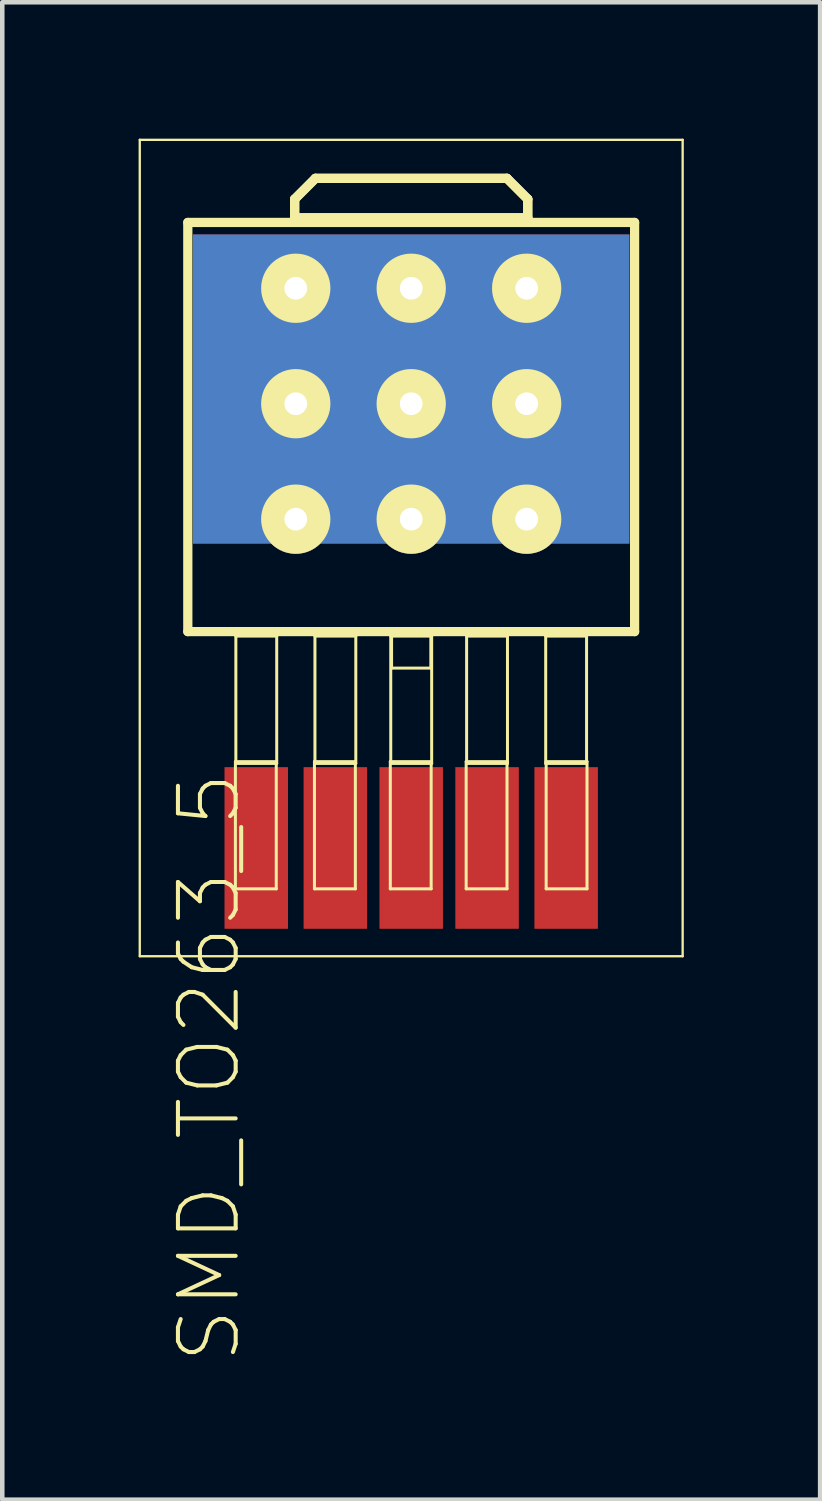
<source format=kicad_pcb>
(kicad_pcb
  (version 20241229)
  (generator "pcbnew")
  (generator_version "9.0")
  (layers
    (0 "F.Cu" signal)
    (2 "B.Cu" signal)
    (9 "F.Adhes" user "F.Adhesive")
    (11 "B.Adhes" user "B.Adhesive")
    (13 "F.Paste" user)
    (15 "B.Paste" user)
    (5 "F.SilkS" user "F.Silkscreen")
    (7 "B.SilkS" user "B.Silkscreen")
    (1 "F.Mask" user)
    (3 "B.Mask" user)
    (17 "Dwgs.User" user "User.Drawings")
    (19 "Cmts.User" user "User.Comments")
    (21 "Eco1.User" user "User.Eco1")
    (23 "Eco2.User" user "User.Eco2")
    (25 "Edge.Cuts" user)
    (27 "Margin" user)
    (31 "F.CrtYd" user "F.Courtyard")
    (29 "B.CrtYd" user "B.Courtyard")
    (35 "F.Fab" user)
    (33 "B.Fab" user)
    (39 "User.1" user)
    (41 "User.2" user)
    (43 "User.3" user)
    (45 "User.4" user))
  (footprint "SMD_TO263_5"
    (placed yes)
    (layer "F.Cu")
    (at 5.997 15.992)
    (property "Reference" "SMD_TO263_5" (at -4.445 4.445 90) (layer "F.SilkS") (effects (font (size 1.27 1.27) (thickness 0.089))))
    (attr smd)
    (fp_line (start -5.972 -15.966) (end 5.972 -15.966) (stroke (width 0.051) (type solid)) (layer "F.SilkS"))
    (fp_line (start -5.972 1.996) (end -5.972 -15.966) (stroke (width 0.051) (type solid)) (layer "F.SilkS"))
    (fp_line (start -4.915 -14.148) (end 4.915 -14.148) (stroke (width 0.203) (type solid)) (layer "F.SilkS"))
    (fp_line (start -4.915 -5.146) (end -4.915 -14.148) (stroke (width 0.203) (type solid)) (layer "F.SilkS"))
    (fp_line (start -3.868 -2.286) (end -2.969 -2.286) (stroke (width 0.066) (type solid)) (layer "F.SilkS"))
    (fp_line (start -3.868 0.513) (end -3.868 -2.286) (stroke (width 0.066) (type solid)) (layer "F.SilkS"))
    (fp_line (start -3.868 0.513) (end -2.969 0.513) (stroke (width 0.066) (type solid)) (layer "F.SilkS"))
    (fp_line (start -3.858 -5.047) (end -2.959 -5.047) (stroke (width 0.066) (type solid)) (layer "F.SilkS"))
    (fp_line (start -3.858 -2.245) (end -3.858 -5.047) (stroke (width 0.066) (type solid)) (layer "F.SilkS"))
    (fp_line (start -3.858 -2.245) (end -2.959 -2.245) (stroke (width 0.066) (type solid)) (layer "F.SilkS"))
    (fp_line (start -2.969 0.513) (end -2.969 -2.286) (stroke (width 0.066) (type solid)) (layer "F.SilkS"))
    (fp_line (start -2.959 -2.245) (end -2.959 -5.047) (stroke (width 0.066) (type solid)) (layer "F.SilkS"))
    (fp_line (start -2.565 -14.661) (end -2.108 -15.118) (stroke (width 0.203) (type solid)) (layer "F.SilkS"))
    (fp_line (start -2.565 -14.249) (end -2.565 -14.661) (stroke (width 0.203) (type solid)) (layer "F.SilkS"))
    (fp_line (start -2.563 -14.661) (end -2.106 -15.118) (stroke (width 0.203) (type solid)) (layer "F.SilkS"))
    (fp_line (start -2.563 -14.252) (end -2.563 -14.661) (stroke (width 0.203) (type solid)) (layer "F.SilkS"))
    (fp_line (start -2.129 -2.286) (end -1.229 -2.286) (stroke (width 0.066) (type solid)) (layer "F.SilkS"))
    (fp_line (start -2.129 0.513) (end -2.129 -2.286) (stroke (width 0.066) (type solid)) (layer "F.SilkS"))
    (fp_line (start -2.129 0.513) (end -1.229 0.513) (stroke (width 0.066) (type solid)) (layer "F.SilkS"))
    (fp_line (start -2.118 -5.047) (end -1.219 -5.047) (stroke (width 0.066) (type solid)) (layer "F.SilkS"))
    (fp_line (start -2.118 -2.245) (end -2.118 -5.047) (stroke (width 0.066) (type solid)) (layer "F.SilkS"))
    (fp_line (start -2.118 -2.245) (end -1.219 -2.245) (stroke (width 0.066) (type solid)) (layer "F.SilkS"))
    (fp_line (start -2.108 -15.118) (end 2.108 -15.118) (stroke (width 0.203) (type solid)) (layer "F.SilkS"))
    (fp_line (start -2.106 -15.118) (end 2.106 -15.118) (stroke (width 0.203) (type solid)) (layer "F.SilkS"))
    (fp_line (start -1.229 0.513) (end -1.229 -2.286) (stroke (width 0.066) (type solid)) (layer "F.SilkS"))
    (fp_line (start -1.219 -2.245) (end -1.219 -5.047) (stroke (width 0.066) (type solid)) (layer "F.SilkS"))
    (fp_line (start -0.46 -2.286) (end 0.439 -2.286) (stroke (width 0.066) (type solid)) (layer "F.SilkS"))
    (fp_line (start -0.46 0.513) (end -0.46 -2.286) (stroke (width 0.066) (type solid)) (layer "F.SilkS"))
    (fp_line (start -0.46 0.513) (end 0.439 0.513) (stroke (width 0.066) (type solid)) (layer "F.SilkS"))
    (fp_line (start -0.45 -5.047) (end 0.45 -5.047) (stroke (width 0.066) (type solid)) (layer "F.SilkS"))
    (fp_line (start -0.45 -2.245) (end -0.45 -5.047) (stroke (width 0.066) (type solid)) (layer "F.SilkS"))
    (fp_line (start -0.45 -2.245) (end 0.45 -2.245) (stroke (width 0.066) (type solid)) (layer "F.SilkS"))
    (fp_line (start -0.432 -5.105) (end 0.432 -5.105) (stroke (width 0.066) (type solid)) (layer "F.SilkS"))
    (fp_line (start -0.432 -4.343) (end -0.432 -5.105) (stroke (width 0.066) (type solid)) (layer "F.SilkS"))
    (fp_line (start -0.432 -4.343) (end 0.432 -4.343) (stroke (width 0.066) (type solid)) (layer "F.SilkS"))
    (fp_line (start 0.432 -4.343) (end 0.432 -5.105) (stroke (width 0.066) (type solid)) (layer "F.SilkS"))
    (fp_line (start 0.439 0.513) (end 0.439 -2.286) (stroke (width 0.066) (type solid)) (layer "F.SilkS"))
    (fp_line (start 0.45 -2.245) (end 0.45 -5.047) (stroke (width 0.066) (type solid)) (layer "F.SilkS"))
    (fp_line (start 1.209 -2.286) (end 2.108 -2.286) (stroke (width 0.066) (type solid)) (layer "F.SilkS"))
    (fp_line (start 1.209 0.513) (end 1.209 -2.286) (stroke (width 0.066) (type solid)) (layer "F.SilkS"))
    (fp_line (start 1.209 0.513) (end 2.108 0.513) (stroke (width 0.066) (type solid)) (layer "F.SilkS"))
    (fp_line (start 1.219 -5.047) (end 2.118 -5.047) (stroke (width 0.066) (type solid)) (layer "F.SilkS"))
    (fp_line (start 1.219 -2.245) (end 1.219 -5.047) (stroke (width 0.066) (type solid)) (layer "F.SilkS"))
    (fp_line (start 1.219 -2.245) (end 2.118 -2.245) (stroke (width 0.066) (type solid)) (layer "F.SilkS"))
    (fp_line (start 2.106 -15.118) (end 2.563 -14.661) (stroke (width 0.203) (type solid)) (layer "F.SilkS"))
    (fp_line (start 2.108 -15.118) (end 2.565 -14.661) (stroke (width 0.203) (type solid)) (layer "F.SilkS"))
    (fp_line (start 2.108 0.513) (end 2.108 -2.286) (stroke (width 0.066) (type solid)) (layer "F.SilkS"))
    (fp_line (start 2.118 -2.245) (end 2.118 -5.047) (stroke (width 0.066) (type solid)) (layer "F.SilkS"))
    (fp_line (start 2.563 -14.661) (end 2.563 -14.252) (stroke (width 0.203) (type solid)) (layer "F.SilkS"))
    (fp_line (start 2.563 -14.252) (end -2.563 -14.252) (stroke (width 0.203) (type solid)) (layer "F.SilkS"))
    (fp_line (start 2.565 -14.661) (end 2.565 -14.249) (stroke (width 0.203) (type solid)) (layer "F.SilkS"))
    (fp_line (start 2.565 -14.249) (end -2.565 -14.249) (stroke (width 0.203) (type solid)) (layer "F.SilkS"))
    (fp_line (start 2.959 -5.047) (end 3.858 -5.047) (stroke (width 0.066) (type solid)) (layer "F.SilkS"))
    (fp_line (start 2.959 -2.245) (end 2.959 -5.047) (stroke (width 0.066) (type solid)) (layer "F.SilkS"))
    (fp_line (start 2.959 -2.245) (end 3.858 -2.245) (stroke (width 0.066) (type solid)) (layer "F.SilkS"))
    (fp_line (start 2.969 -2.286) (end 3.868 -2.286) (stroke (width 0.066) (type solid)) (layer "F.SilkS"))
    (fp_line (start 2.969 0.513) (end 2.969 -2.286) (stroke (width 0.066) (type solid)) (layer "F.SilkS"))
    (fp_line (start 2.969 0.513) (end 3.868 0.513) (stroke (width 0.066) (type solid)) (layer "F.SilkS"))
    (fp_line (start 3.858 -2.245) (end 3.858 -5.047) (stroke (width 0.066) (type solid)) (layer "F.SilkS"))
    (fp_line (start 3.868 0.513) (end 3.868 -2.286) (stroke (width 0.066) (type solid)) (layer "F.SilkS"))
    (fp_line (start 4.915 -14.148) (end 4.915 -5.146) (stroke (width 0.203) (type solid)) (layer "F.SilkS"))
    (fp_line (start 4.915 -5.146) (end -4.915 -5.146) (stroke (width 0.203) (type solid)) (layer "F.SilkS"))
    (fp_line (start 5.972 -15.966) (end 5.972 1.996) (stroke (width 0.051) (type solid)) (layer "F.SilkS"))
    (fp_line (start 5.972 1.996) (end -5.972 1.996) (stroke (width 0.051) (type solid)) (layer "F.SilkS"))
    (pad "1" smd rect (at -3.409 -0.386) (size 1.397 3.556) (layers "F.Cu" "F.Mask" "F.Paste"))
    (pad "2" smd rect (at -1.669 -0.386) (size 1.397 3.556) (layers "F.Cu" "F.Mask" "F.Paste"))
    (pad "3" thru_hole circle (at -2.54 -12.7) (size 1.524 1.524) (drill 0.5) (layers "*.Cu" "*.Mask" "F.SilkS"))
    (pad "3" thru_hole circle (at -2.54 -10.16) (size 1.524 1.524) (drill 0.5) (layers "*.Cu" "*.Mask" "F.SilkS"))
    (pad "3" thru_hole circle (at -2.54 -7.62) (size 1.524 1.524) (drill 0.5) (layers "*.Cu" "*.Mask" "F.SilkS"))
    (pad "3" thru_hole circle (at 0 -12.7) (size 1.524 1.524) (drill 0.5) (layers "*.Cu" "*.Mask" "F.SilkS"))
    (pad "3" smd rect (at 0 -10.483 90) (size 6.8 9.599) (layers "F.Cu" "F.Mask" "F.Paste"))
    (pad "3" smd rect (at 0 -10.483 270) (size 6.8 9.599) (layers "B.Cu" "B.Mask" "B.Paste"))
    (pad "3" thru_hole circle (at 0 -10.16) (size 1.524 1.524) (drill 0.5) (layers "*.Cu" "*.Mask" "F.SilkS"))
    (pad "3" thru_hole circle (at 0 -7.62) (size 1.524 1.524) (drill 0.5) (layers "*.Cu" "*.Mask" "F.SilkS"))
    (pad "3" smd rect (at 0 -0.386) (size 1.397 3.556) (layers "F.Cu" "F.Mask" "F.Paste"))
    (pad "3" thru_hole circle (at 2.54 -12.7) (size 1.524 1.524) (drill 0.5) (layers "*.Cu" "*.Mask" "F.SilkS"))
    (pad "3" thru_hole circle (at 2.54 -10.16) (size 1.524 1.524) (drill 0.5) (layers "*.Cu" "*.Mask" "F.SilkS"))
    (pad "3" thru_hole circle (at 2.54 -7.62) (size 1.524 1.524) (drill 0.5) (layers "*.Cu" "*.Mask" "F.SilkS"))
    (pad "4" smd rect (at 1.669 -0.386) (size 1.397 3.556) (layers "F.Cu" "F.Mask" "F.Paste"))
    (pad "5" smd rect (at 3.409 -0.386) (size 1.397 3.556) (layers "F.Cu" "F.Mask" "F.Paste")))
  (gr_rect
    (start -3 -3)
    (end 14.994 29.944)
    (stroke (width 0.1) (type default))
    (fill no)
    (layer "Edge.Cuts")))
</source>
